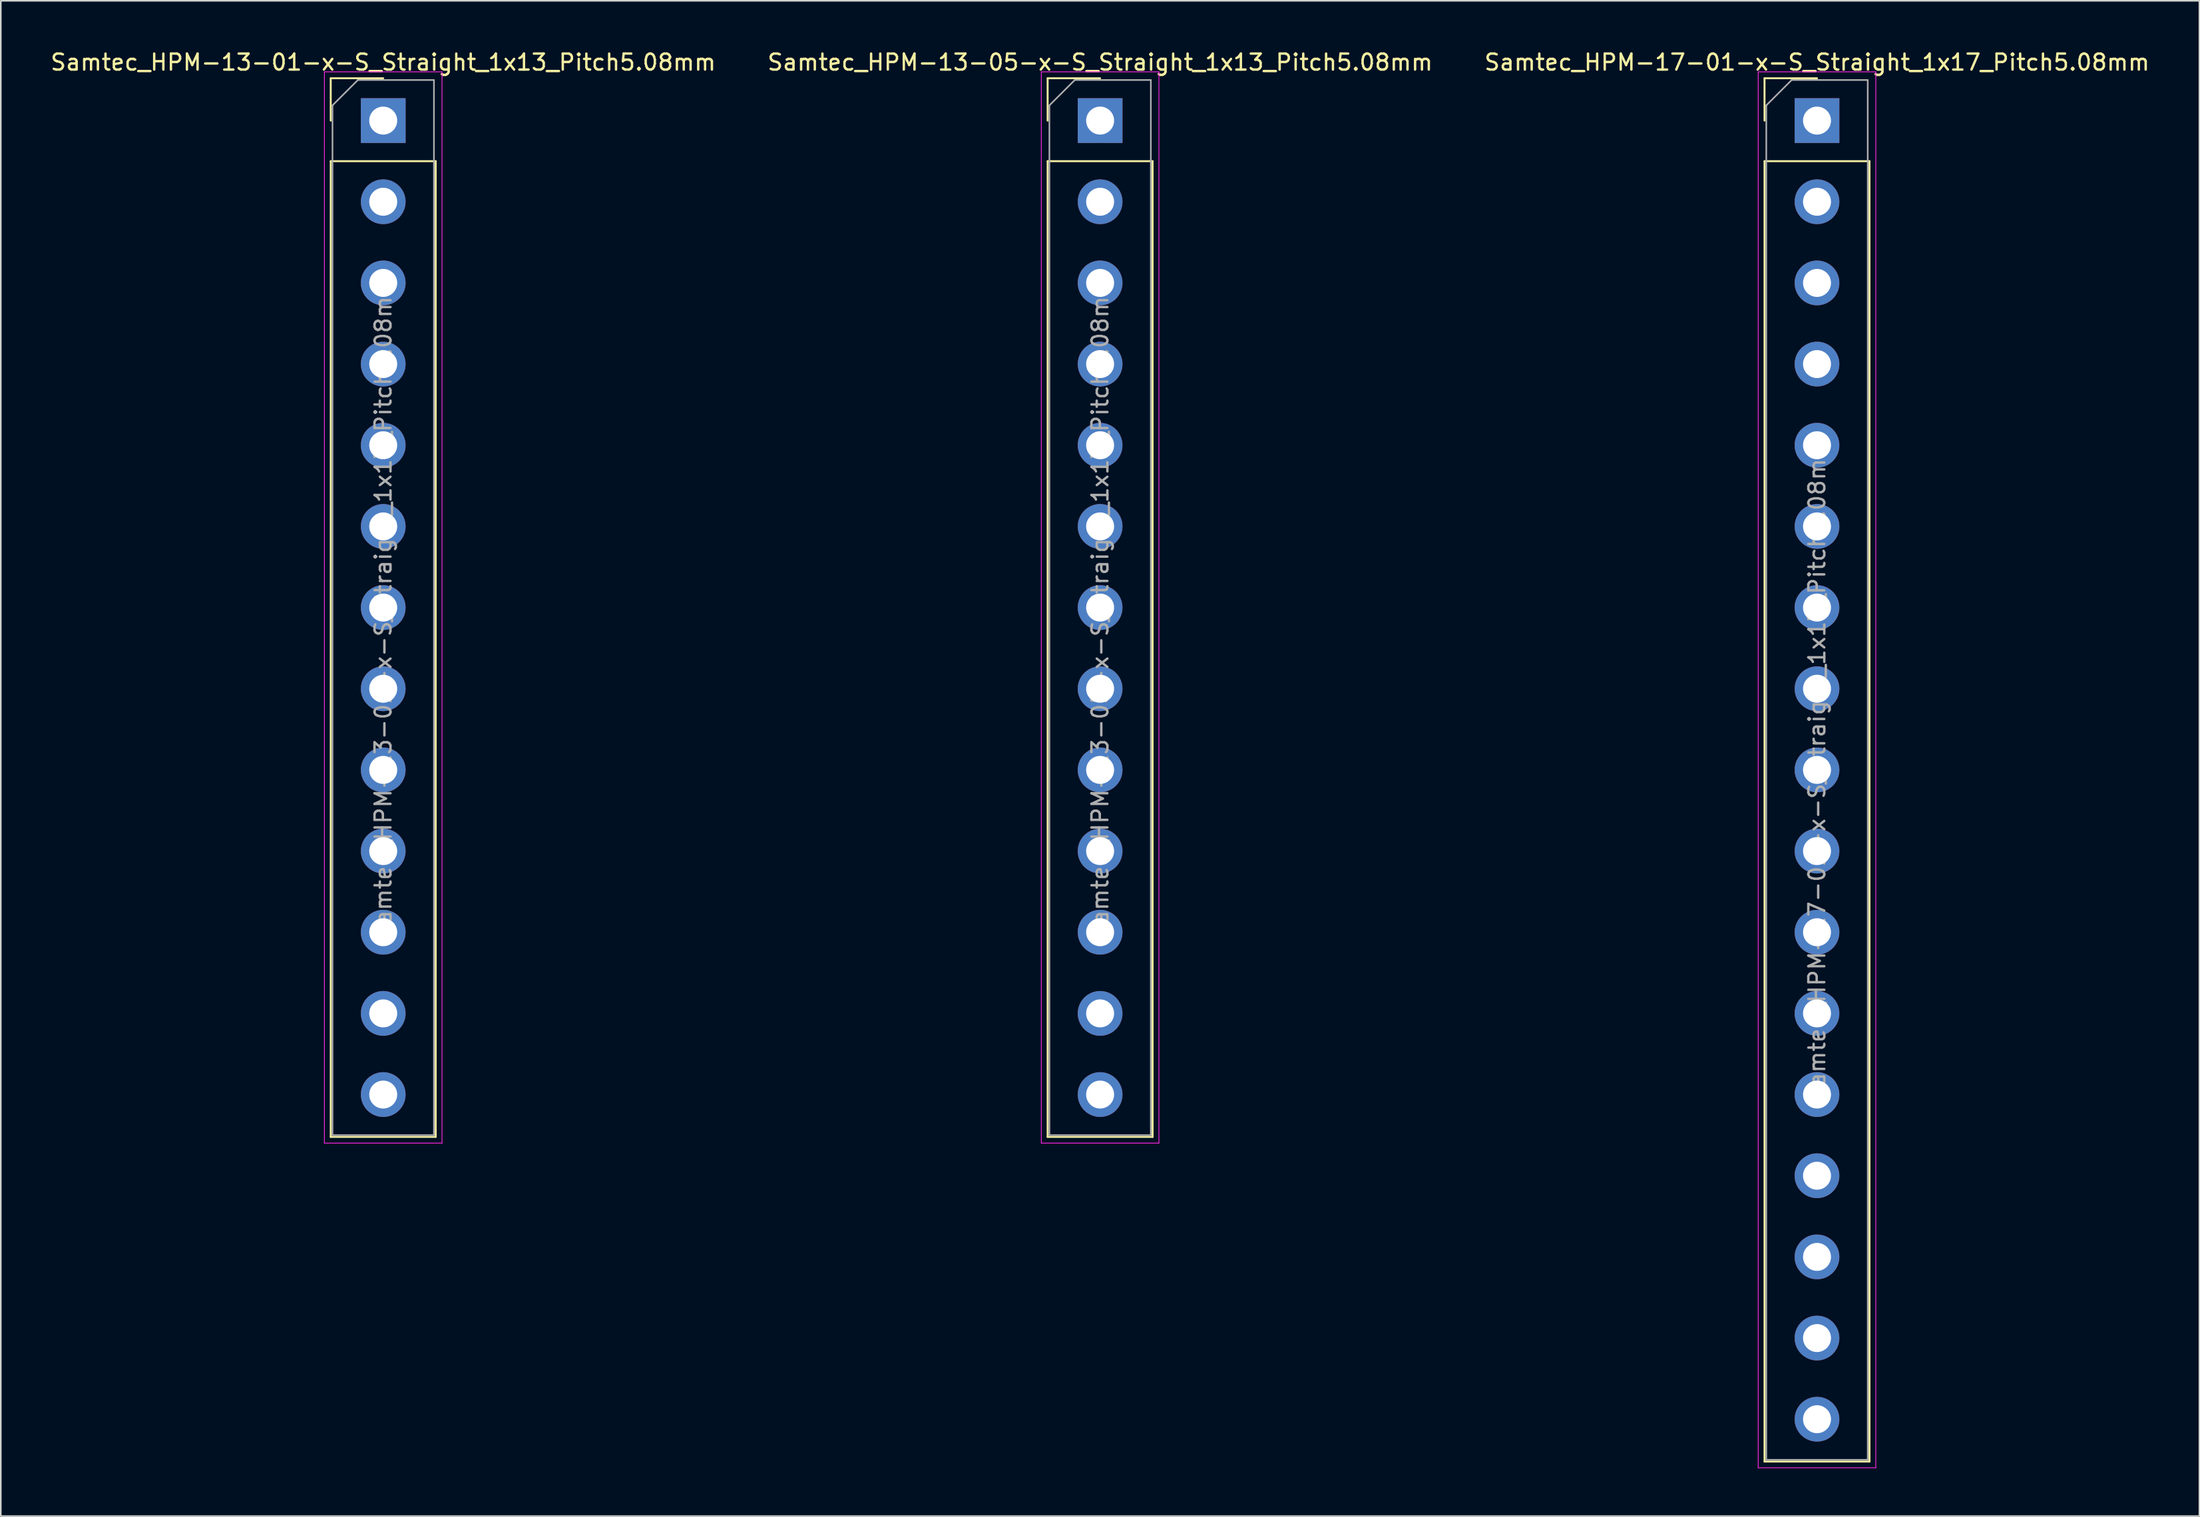
<source format=kicad_pcb>
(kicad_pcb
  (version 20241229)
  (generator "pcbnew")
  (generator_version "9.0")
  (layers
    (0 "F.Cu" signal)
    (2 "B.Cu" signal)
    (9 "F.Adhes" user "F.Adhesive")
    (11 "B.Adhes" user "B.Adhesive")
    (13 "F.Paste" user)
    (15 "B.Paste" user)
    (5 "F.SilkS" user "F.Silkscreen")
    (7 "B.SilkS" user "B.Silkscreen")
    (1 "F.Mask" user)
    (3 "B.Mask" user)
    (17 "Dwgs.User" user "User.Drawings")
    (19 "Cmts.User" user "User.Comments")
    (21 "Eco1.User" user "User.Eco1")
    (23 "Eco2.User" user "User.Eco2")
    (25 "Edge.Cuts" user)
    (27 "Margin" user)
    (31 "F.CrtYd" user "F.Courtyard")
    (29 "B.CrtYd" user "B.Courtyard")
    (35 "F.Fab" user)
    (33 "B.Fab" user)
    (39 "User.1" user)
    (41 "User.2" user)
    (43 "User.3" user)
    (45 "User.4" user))
  (footprint "Samtec_HPM-13-01-x-S_Straight_1x13_Pitch5.08mm"
    (layer "F.Cu")
    (at 20.935 4.498)
    (property "Reference" "Samtec_HPM-13-01-x-S_Straight_1x13_Pitch5.08mm" (at 0 -3.65 0) (layer "F.SilkS") (effects (font (size 1 1) (thickness 0.15))))
    (attr through_hole)
    (fp_line (start -3.285 -2.65) (end 0 -2.65) (stroke (width 0.12) (type solid)) (layer "F.SilkS"))
    (fp_line (start -3.285 0) (end -3.285 -2.65) (stroke (width 0.12) (type solid)) (layer "F.SilkS"))
    (fp_line (start -3.285 2.54) (end -3.285 63.61) (stroke (width 0.12) (type solid)) (layer "F.SilkS"))
    (fp_line (start -3.285 2.54) (end 3.285 2.54) (stroke (width 0.12) (type solid)) (layer "F.SilkS"))
    (fp_line (start -3.285 63.61) (end 3.285 63.61) (stroke (width 0.12) (type solid)) (layer "F.SilkS"))
    (fp_line (start 3.285 2.54) (end 3.285 63.61) (stroke (width 0.12) (type solid)) (layer "F.SilkS"))
    (fp_line (start -3.68 -3.05) (end -3.68 64) (stroke (width 0.05) (type solid)) (layer "F.CrtYd"))
    (fp_line (start -3.68 64) (end 3.68 64) (stroke (width 0.05) (type solid)) (layer "F.CrtYd"))
    (fp_line (start 3.68 -3.05) (end -3.68 -3.05) (stroke (width 0.05) (type solid)) (layer "F.CrtYd"))
    (fp_line (start 3.68 64) (end 3.68 -3.05) (stroke (width 0.05) (type solid)) (layer "F.CrtYd"))
    (fp_line (start -3.175 -0.953) (end -1.587 -2.54) (stroke (width 0.1) (type solid)) (layer "F.Fab"))
    (fp_line (start -3.175 63.5) (end -3.175 -0.953) (stroke (width 0.1) (type solid)) (layer "F.Fab"))
    (fp_line (start -1.587 -2.54) (end 3.175 -2.54) (stroke (width 0.1) (type solid)) (layer "F.Fab"))
    (fp_line (start 3.175 -2.54) (end 3.175 63.5) (stroke (width 0.1) (type solid)) (layer "F.Fab"))
    (fp_line (start 3.175 63.5) (end -3.175 63.5) (stroke (width 0.1) (type solid)) (layer "F.Fab"))
    (fp_text user "${REFERENCE}" (at 0 30.48 90) (layer "F.Fab") (effects (font (size 1 1) (thickness 0.15))))
    (pad "1" thru_hole rect (at 0 0) (size 2.8 2.8) (drill 1.75) (layers "*.Cu" "*.Mask"))
    (pad "2" thru_hole circle (at 0 5.08) (size 2.8 2.8) (drill 1.75) (layers "*.Cu" "*.Mask"))
    (pad "3" thru_hole circle (at 0 10.16) (size 2.8 2.8) (drill 1.75) (layers "*.Cu" "*.Mask"))
    (pad "4" thru_hole circle (at 0 15.24) (size 2.8 2.8) (drill 1.75) (layers "*.Cu" "*.Mask"))
    (pad "5" thru_hole circle (at 0 20.32) (size 2.8 2.8) (drill 1.75) (layers "*.Cu" "*.Mask"))
    (pad "6" thru_hole circle (at 0 25.4) (size 2.8 2.8) (drill 1.75) (layers "*.Cu" "*.Mask"))
    (pad "7" thru_hole circle (at 0 30.48) (size 2.8 2.8) (drill 1.75) (layers "*.Cu" "*.Mask"))
    (pad "8" thru_hole circle (at 0 35.56) (size 2.8 2.8) (drill 1.75) (layers "*.Cu" "*.Mask"))
    (pad "9" thru_hole circle (at 0 40.64) (size 2.8 2.8) (drill 1.75) (layers "*.Cu" "*.Mask"))
    (pad "10" thru_hole circle (at 0 45.72) (size 2.8 2.8) (drill 1.75) (layers "*.Cu" "*.Mask"))
    (pad "11" thru_hole circle (at 0 50.8) (size 2.8 2.8) (drill 1.75) (layers "*.Cu" "*.Mask"))
    (pad "12" thru_hole circle (at 0 55.88) (size 2.8 2.8) (drill 1.75) (layers "*.Cu" "*.Mask"))
    (pad "13" thru_hole circle (at 0 60.96) (size 2.8 2.8) (drill 1.75) (layers "*.Cu" "*.Mask")))
  (footprint "Samtec_HPM-17-01-x-S_Straight_1x17_Pitch5.08mm"
    (layer "F.Cu")
    (at 110.673 4.498)
    (property "Reference" "Samtec_HPM-17-01-x-S_Straight_1x17_Pitch5.08mm" (at 0 -3.65 0) (layer "F.SilkS") (effects (font (size 1 1) (thickness 0.15))))
    (attr through_hole)
    (fp_line (start -3.285 -2.65) (end 0 -2.65) (stroke (width 0.12) (type solid)) (layer "F.SilkS"))
    (fp_line (start -3.285 0) (end -3.285 -2.65) (stroke (width 0.12) (type solid)) (layer "F.SilkS"))
    (fp_line (start -3.285 2.54) (end -3.285 83.93) (stroke (width 0.12) (type solid)) (layer "F.SilkS"))
    (fp_line (start -3.285 2.54) (end 3.285 2.54) (stroke (width 0.12) (type solid)) (layer "F.SilkS"))
    (fp_line (start -3.285 83.93) (end 3.285 83.93) (stroke (width 0.12) (type solid)) (layer "F.SilkS"))
    (fp_line (start 3.285 2.54) (end 3.285 83.93) (stroke (width 0.12) (type solid)) (layer "F.SilkS"))
    (fp_line (start -3.68 -3.05) (end -3.68 84.32) (stroke (width 0.05) (type solid)) (layer "F.CrtYd"))
    (fp_line (start -3.68 84.32) (end 3.68 84.32) (stroke (width 0.05) (type solid)) (layer "F.CrtYd"))
    (fp_line (start 3.68 -3.05) (end -3.68 -3.05) (stroke (width 0.05) (type solid)) (layer "F.CrtYd"))
    (fp_line (start 3.68 84.32) (end 3.68 -3.05) (stroke (width 0.05) (type solid)) (layer "F.CrtYd"))
    (fp_line (start -3.175 -0.953) (end -1.587 -2.54) (stroke (width 0.1) (type solid)) (layer "F.Fab"))
    (fp_line (start -3.175 83.82) (end -3.175 -0.953) (stroke (width 0.1) (type solid)) (layer "F.Fab"))
    (fp_line (start -1.587 -2.54) (end 3.175 -2.54) (stroke (width 0.1) (type solid)) (layer "F.Fab"))
    (fp_line (start 3.175 -2.54) (end 3.175 83.82) (stroke (width 0.1) (type solid)) (layer "F.Fab"))
    (fp_line (start 3.175 83.82) (end -3.175 83.82) (stroke (width 0.1) (type solid)) (layer "F.Fab"))
    (fp_text user "${REFERENCE}" (at 0 40.64 90) (layer "F.Fab") (effects (font (size 1 1) (thickness 0.15))))
    (pad "1" thru_hole rect (at 0 0) (size 2.8 2.8) (drill 1.75) (layers "*.Cu" "*.Mask"))
    (pad "2" thru_hole circle (at 0 5.08) (size 2.8 2.8) (drill 1.75) (layers "*.Cu" "*.Mask"))
    (pad "3" thru_hole circle (at 0 10.16) (size 2.8 2.8) (drill 1.75) (layers "*.Cu" "*.Mask"))
    (pad "4" thru_hole circle (at 0 15.24) (size 2.8 2.8) (drill 1.75) (layers "*.Cu" "*.Mask"))
    (pad "5" thru_hole circle (at 0 20.32) (size 2.8 2.8) (drill 1.75) (layers "*.Cu" "*.Mask"))
    (pad "6" thru_hole circle (at 0 25.4) (size 2.8 2.8) (drill 1.75) (layers "*.Cu" "*.Mask"))
    (pad "7" thru_hole circle (at 0 30.48) (size 2.8 2.8) (drill 1.75) (layers "*.Cu" "*.Mask"))
    (pad "8" thru_hole circle (at 0 35.56) (size 2.8 2.8) (drill 1.75) (layers "*.Cu" "*.Mask"))
    (pad "9" thru_hole circle (at 0 40.64) (size 2.8 2.8) (drill 1.75) (layers "*.Cu" "*.Mask"))
    (pad "10" thru_hole circle (at 0 45.72) (size 2.8 2.8) (drill 1.75) (layers "*.Cu" "*.Mask"))
    (pad "11" thru_hole circle (at 0 50.8) (size 2.8 2.8) (drill 1.75) (layers "*.Cu" "*.Mask"))
    (pad "12" thru_hole circle (at 0 55.88) (size 2.8 2.8) (drill 1.75) (layers "*.Cu" "*.Mask"))
    (pad "13" thru_hole circle (at 0 60.96) (size 2.8 2.8) (drill 1.75) (layers "*.Cu" "*.Mask"))
    (pad "14" thru_hole circle (at 0 66.04) (size 2.8 2.8) (drill 1.75) (layers "*.Cu" "*.Mask"))
    (pad "15" thru_hole circle (at 0 71.12) (size 2.8 2.8) (drill 1.75) (layers "*.Cu" "*.Mask"))
    (pad "16" thru_hole circle (at 0 76.2) (size 2.8 2.8) (drill 1.75) (layers "*.Cu" "*.Mask"))
    (pad "17" thru_hole circle (at 0 81.28) (size 2.8 2.8) (drill 1.75) (layers "*.Cu" "*.Mask")))
  (footprint "Samtec_HPM-13-05-x-S_Straight_1x13_Pitch5.08mm"
    (layer "F.Cu")
    (at 65.804 4.498)
    (property "Reference" "Samtec_HPM-13-05-x-S_Straight_1x13_Pitch5.08mm" (at 0 -3.65 0) (layer "F.SilkS") (effects (font (size 1 1) (thickness 0.15))))
    (attr through_hole)
    (fp_line (start -3.285 -2.65) (end 0 -2.65) (stroke (width 0.12) (type solid)) (layer "F.SilkS"))
    (fp_line (start -3.285 0) (end -3.285 -2.65) (stroke (width 0.12) (type solid)) (layer "F.SilkS"))
    (fp_line (start -3.285 2.54) (end -3.285 63.61) (stroke (width 0.12) (type solid)) (layer "F.SilkS"))
    (fp_line (start -3.285 2.54) (end 3.285 2.54) (stroke (width 0.12) (type solid)) (layer "F.SilkS"))
    (fp_line (start -3.285 63.61) (end 3.285 63.61) (stroke (width 0.12) (type solid)) (layer "F.SilkS"))
    (fp_line (start 3.285 2.54) (end 3.285 63.61) (stroke (width 0.12) (type solid)) (layer "F.SilkS"))
    (fp_line (start -3.68 -3.05) (end -3.68 64) (stroke (width 0.05) (type solid)) (layer "F.CrtYd"))
    (fp_line (start -3.68 64) (end 3.68 64) (stroke (width 0.05) (type solid)) (layer "F.CrtYd"))
    (fp_line (start 3.68 -3.05) (end -3.68 -3.05) (stroke (width 0.05) (type solid)) (layer "F.CrtYd"))
    (fp_line (start 3.68 64) (end 3.68 -3.05) (stroke (width 0.05) (type solid)) (layer "F.CrtYd"))
    (fp_line (start -3.175 -0.953) (end -1.587 -2.54) (stroke (width 0.1) (type solid)) (layer "F.Fab"))
    (fp_line (start -3.175 63.5) (end -3.175 -0.953) (stroke (width 0.1) (type solid)) (layer "F.Fab"))
    (fp_line (start -1.587 -2.54) (end 3.175 -2.54) (stroke (width 0.1) (type solid)) (layer "F.Fab"))
    (fp_line (start 3.175 -2.54) (end 3.175 63.5) (stroke (width 0.1) (type solid)) (layer "F.Fab"))
    (fp_line (start 3.175 63.5) (end -3.175 63.5) (stroke (width 0.1) (type solid)) (layer "F.Fab"))
    (fp_text user "${REFERENCE}" (at 0 30.48 90) (layer "F.Fab") (effects (font (size 1 1) (thickness 0.15))))
    (pad "1" thru_hole rect (at 0 0) (size 2.8 2.8) (drill 1.75) (layers "*.Cu" "*.Mask"))
    (pad "2" thru_hole circle (at 0 5.08) (size 2.8 2.8) (drill 1.75) (layers "*.Cu" "*.Mask"))
    (pad "3" thru_hole circle (at 0 10.16) (size 2.8 2.8) (drill 1.75) (layers "*.Cu" "*.Mask"))
    (pad "4" thru_hole circle (at 0 15.24) (size 2.8 2.8) (drill 1.75) (layers "*.Cu" "*.Mask"))
    (pad "5" thru_hole circle (at 0 20.32) (size 2.8 2.8) (drill 1.75) (layers "*.Cu" "*.Mask"))
    (pad "6" thru_hole circle (at 0 25.4) (size 2.8 2.8) (drill 1.75) (layers "*.Cu" "*.Mask"))
    (pad "7" thru_hole circle (at 0 30.48) (size 2.8 2.8) (drill 1.75) (layers "*.Cu" "*.Mask"))
    (pad "8" thru_hole circle (at 0 35.56) (size 2.8 2.8) (drill 1.75) (layers "*.Cu" "*.Mask"))
    (pad "9" thru_hole circle (at 0 40.64) (size 2.8 2.8) (drill 1.75) (layers "*.Cu" "*.Mask"))
    (pad "10" thru_hole circle (at 0 45.72) (size 2.8 2.8) (drill 1.75) (layers "*.Cu" "*.Mask"))
    (pad "11" thru_hole circle (at 0 50.8) (size 2.8 2.8) (drill 1.75) (layers "*.Cu" "*.Mask"))
    (pad "12" thru_hole circle (at 0 55.88) (size 2.8 2.8) (drill 1.75) (layers "*.Cu" "*.Mask"))
    (pad "13" thru_hole circle (at 0 60.96) (size 2.8 2.8) (drill 1.75) (layers "*.Cu" "*.Mask")))
  (gr_rect
    (start -3 -3)
    (end 134.607 91.843)
    (stroke (width 0.1) (type default))
    (fill no)
    (layer "Edge.Cuts")))
</source>
